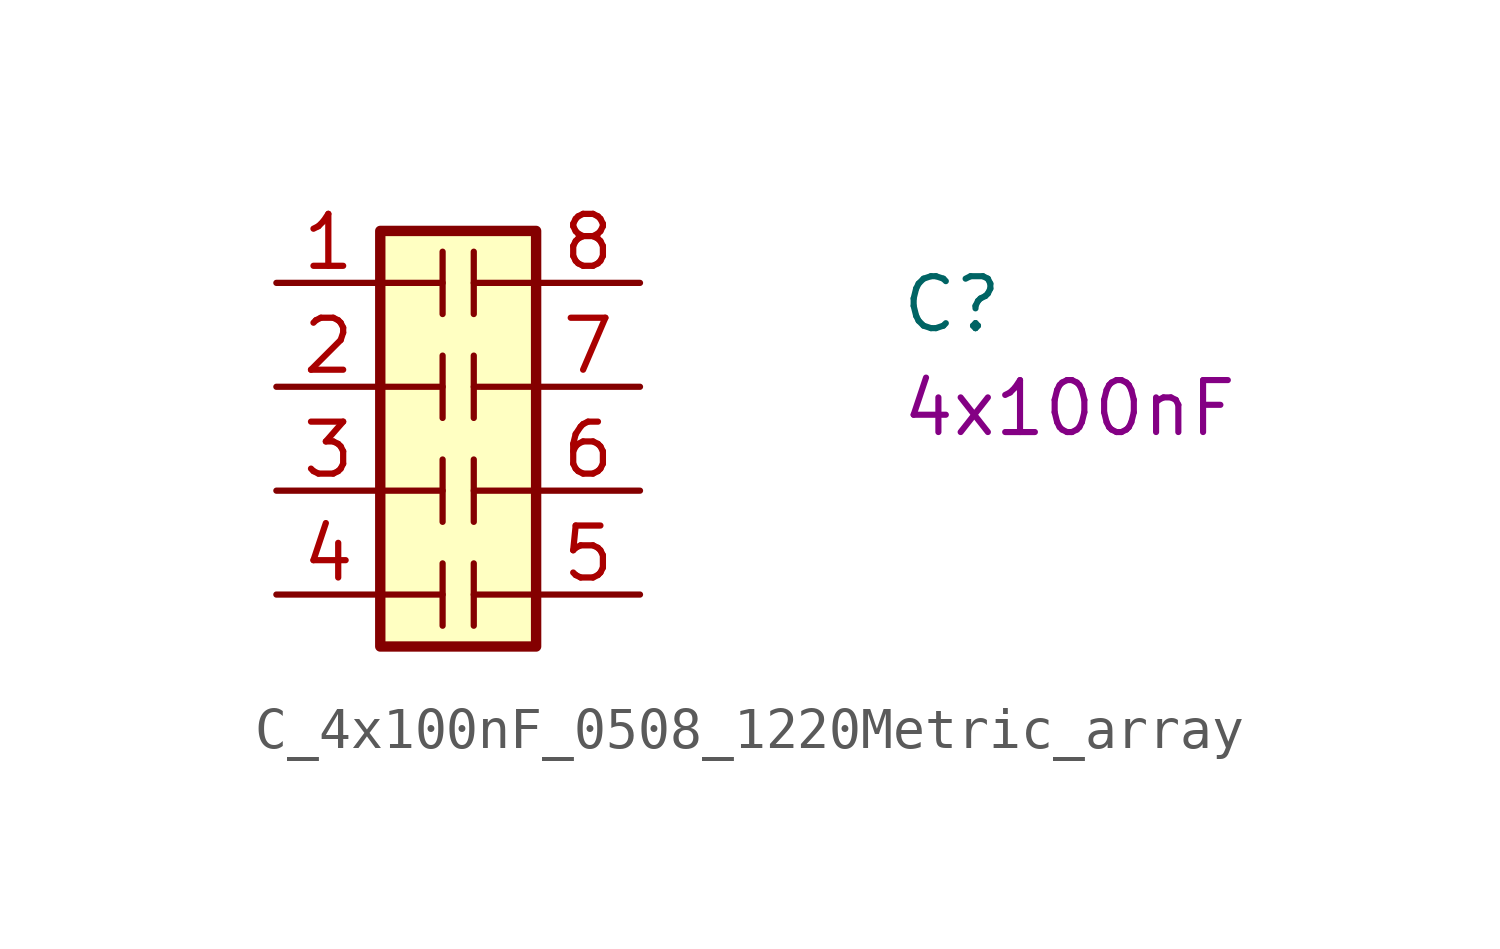
<source format=kicad_sym>
(kicad_symbol_lib
  (version 20220914)
  (generator kicad_symbol_editor)
  (symbol "C_4x100nF_0508_1220Metric_array"
    (pin_names hide)
    (property "Reference" "C"
      (at 15.24 -1.27 0)
      (effects (font (size 1.27 1.27) (thickness 0.15)) (justify left bottom)))
    (property "Val" "4x100nF"
      (at 15.24 -3.81 0)
      (effects (font (size 1.27 1.27) (thickness 0.15)) (justify left bottom)))
    (symbol "C_4x100nF_0508_1220Metric_array_0_1"
      (polyline (pts (xy 4.064 -7.62) (xy 2.54 -7.62)) (stroke (width 0) (type default)) (fill (type none)))
      (polyline (pts (xy 4.064 -6.858) (xy 4.064 -8.382)) (stroke (width 0) (type default)) (fill (type none)))
      (polyline (pts (xy 4.064 -5.08) (xy 2.54 -5.08)) (stroke (width 0) (type default)) (fill (type none)))
      (polyline (pts (xy 4.064 -4.318) (xy 4.064 -5.842)) (stroke (width 0) (type default)) (fill (type none)))
      (polyline (pts (xy 4.064 -2.54) (xy 2.54 -2.54)) (stroke (width 0) (type default)) (fill (type none)))
      (polyline (pts (xy 4.064 -1.778) (xy 4.064 -3.302)) (stroke (width 0) (type default)) (fill (type none)))
      (polyline (pts (xy 4.064 0) (xy 2.54 0)) (stroke (width 0) (type default)) (fill (type none)))
      (polyline (pts (xy 4.064 0.762) (xy 4.064 -0.762)) (stroke (width 0) (type default)) (fill (type none)))
      (polyline (pts (xy 4.826 -7.62) (xy 6.35 -7.62)) (stroke (width 0) (type default)) (fill (type none)))
      (polyline (pts (xy 4.826 -6.858) (xy 4.826 -8.382)) (stroke (width 0) (type default)) (fill (type none)))
      (polyline (pts (xy 4.826 -5.08) (xy 6.35 -5.08)) (stroke (width 0) (type default)) (fill (type none)))
      (polyline (pts (xy 4.826 -4.318) (xy 4.826 -5.842)) (stroke (width 0) (type default)) (fill (type none)))
      (polyline (pts (xy 4.826 -2.54) (xy 6.35 -2.54)) (stroke (width 0) (type default)) (fill (type none)))
      (polyline (pts (xy 4.826 -1.778) (xy 4.826 -3.302)) (stroke (width 0) (type default)) (fill (type none)))
      (polyline (pts (xy 4.826 0) (xy 6.35 0)) (stroke (width 0) (type default)) (fill (type none)))
      (polyline (pts (xy 4.826 0.762) (xy 4.826 -0.762)) (stroke (width 0) (type default)) (fill (type none)))
      (rectangle (start 2.54 1.27) (end 6.35 -8.89) (stroke (width 0.254) (type default)) (fill (type background))))
    (symbol "C_4x100nF_0508_1220Metric_array_1_1"
      (pin passive line (at 0 0 0) (length 2.54) (name "R1.1" (effects (font (size 1.27 1.27)))) (number "1" (effects (font (size 1.27 1.27)))))
      (pin passive line (at 0 -2.54 0) (length 2.54) (name "R2.1" (effects (font (size 1.27 1.27)))) (number "2" (effects (font (size 1.27 1.27)))))
      (pin passive line (at 0 -5.08 0) (length 2.54) (name "R3.1" (effects (font (size 1.27 1.27)))) (number "3" (effects (font (size 1.27 1.27)))))
      (pin passive line (at 0 -7.62 0) (length 2.54) (name "R4.1" (effects (font (size 1.27 1.27)))) (number "4" (effects (font (size 1.27 1.27)))))
      (pin passive line (at 8.89 -7.62 180) (length 2.54) (name "R4.2" (effects (font (size 1.27 1.27)))) (number "5" (effects (font (size 1.27 1.27)))))
      (pin passive line (at 8.89 -5.08 180) (length 2.54) (name "R3.2" (effects (font (size 1.27 1.27)))) (number "6" (effects (font (size 1.27 1.27)))))
      (pin passive line (at 8.89 -2.54 180) (length 2.54) (name "R2.2" (effects (font (size 1.27 1.27)))) (number "7" (effects (font (size 1.27 1.27)))))
      (pin passive line (at 8.89 0 180) (length 2.54) (name "R1.2" (effects (font (size 1.27 1.27)))) (number "8" (effects (font (size 1.27 1.27))))))))
</source>
